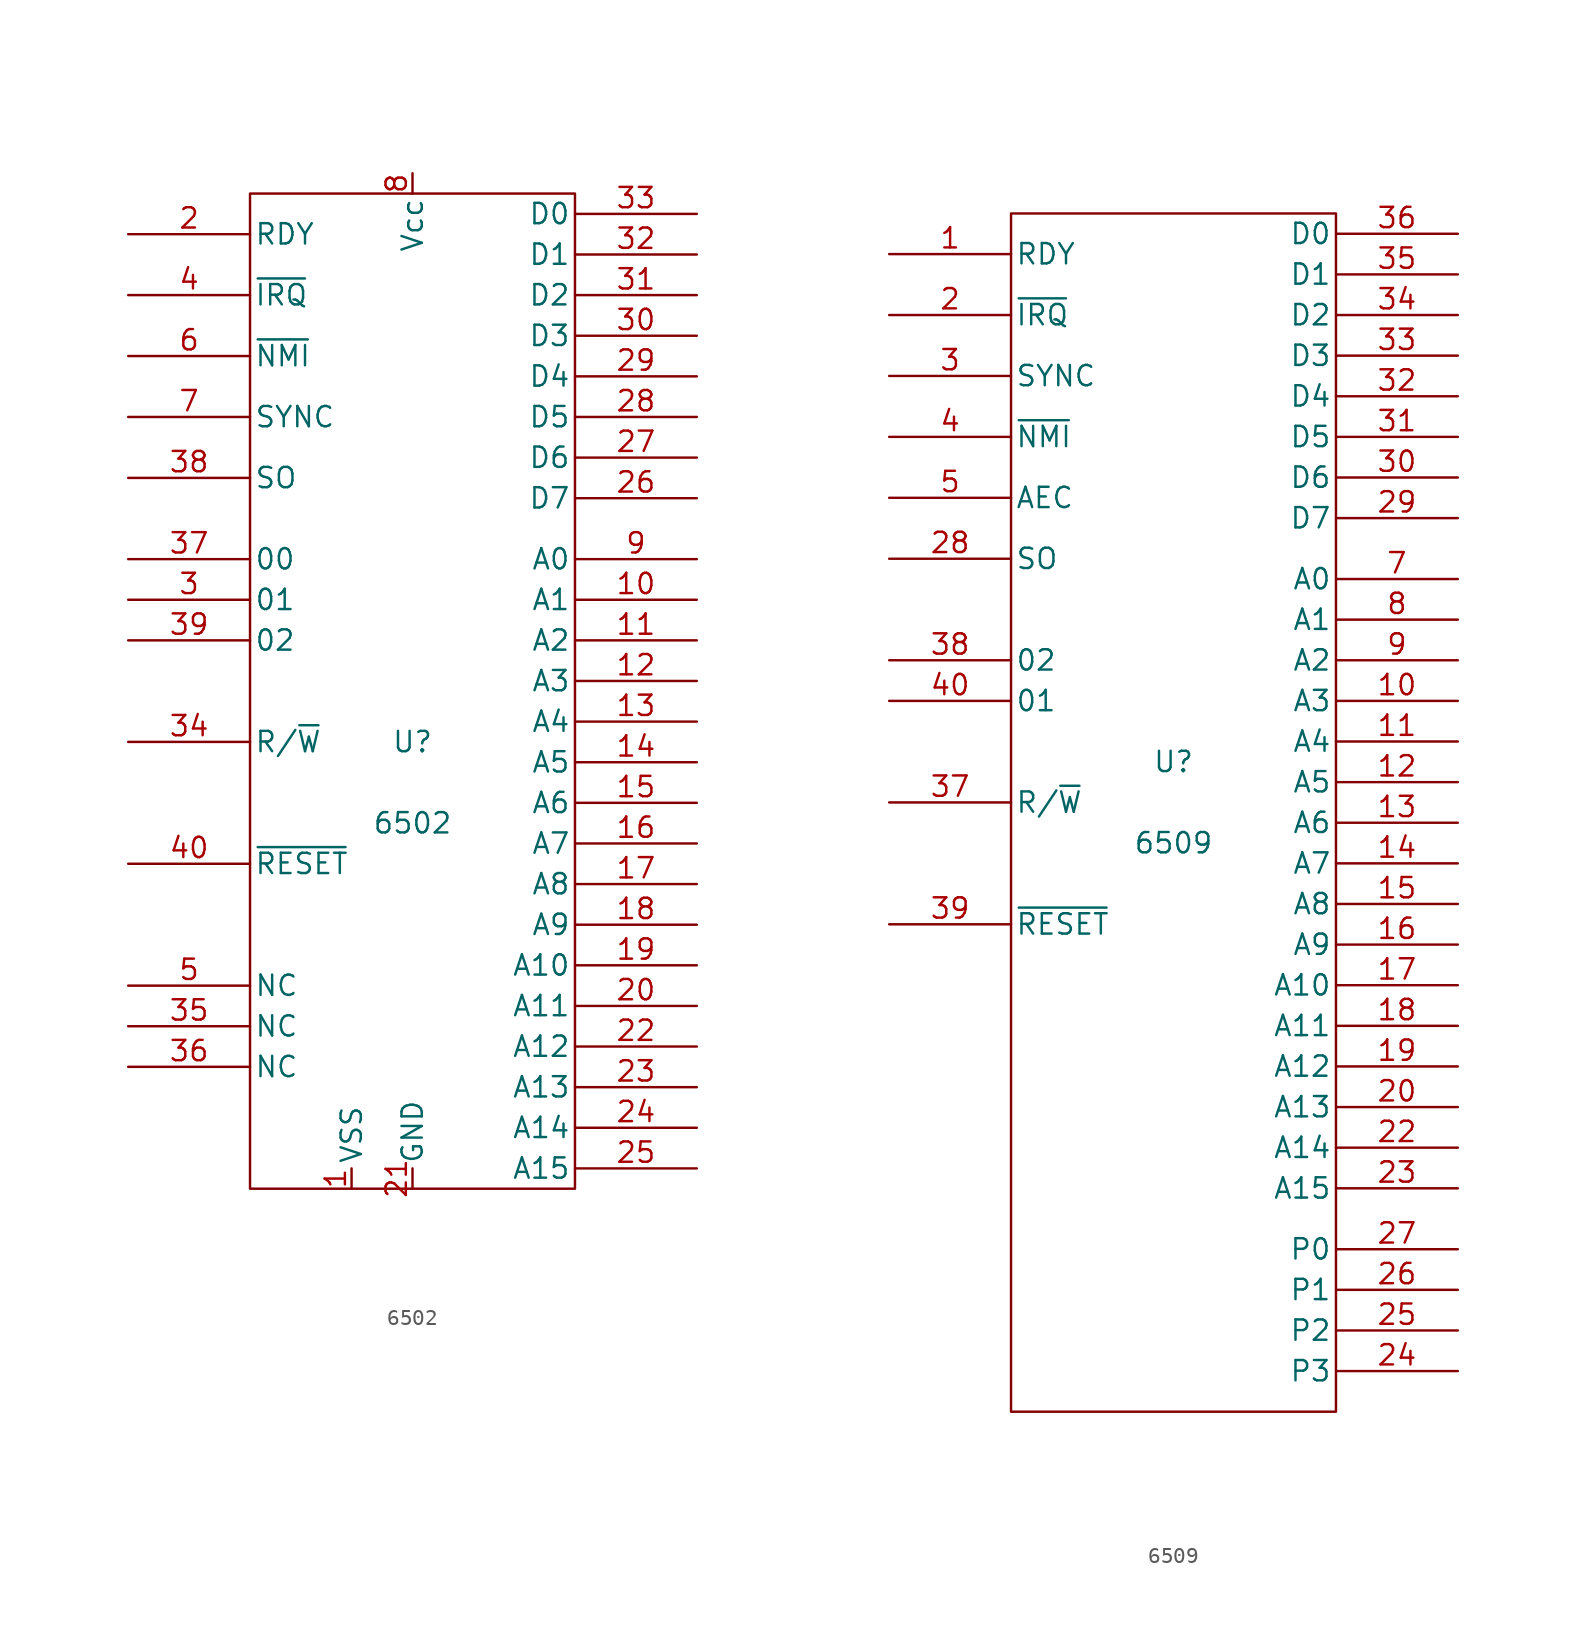
<source format=kicad_sym>
(kicad_symbol_lib
  (version 20231120)
  (generator "kicad_symbol_editor")
  (generator_version "8.0")
  (symbol "6502"
    (pin_names
      (offset 0.254))
    (property "Reference" "U"
      (at 0 -15.24 0)
      (effects (font (size 1.27 1.27))))
    (property "Value" "6502"
      (at 0 -20.32 0)
      (effects (font (size 1.27 1.27))))
    (property "Footprint" ""
      (at 0 0 0)
      (effects (font (size 1.27 1.27))))
    (property "Datasheet" ""
      (at 0 0 0)
      (effects (font (size 1.27 1.27))))
    (symbol "6502_0_0"
      (pin power_in line (at -3.81 -43.18 90) (length 1.27) (name "VSS" (effects (font (size 1.27 1.27)))) (number "1" (effects (font (size 1.27 1.27)))))
      (pin power_in line (at 0 -43.18 90) (length 1.27) (name "GND" (effects (font (size 1.27 1.27)))) (number "21" (effects (font (size 1.27 1.27)))))
      (pin power_in line (at 0 20.32 270) (length 1.27) (name "Vcc" (effects (font (size 1.27 1.27)))) (number "8" (effects (font (size 1.27 1.27))))))
    (symbol "6502_0_1"
      (rectangle (start -10.16 19.05) (end 10.16 -43.18) (stroke (width 0) (type solid)) (fill (type none))))
    (symbol "6502_1_1"
      (pin output line (at 17.78 -6.35 180) (length 7.62) (name "A1" (effects (font (size 1.27 1.27)))) (number "10" (effects (font (size 1.27 1.27)))))
      (pin output line (at 17.78 -8.89 180) (length 7.62) (name "A2" (effects (font (size 1.27 1.27)))) (number "11" (effects (font (size 1.27 1.27)))))
      (pin output line (at 17.78 -11.43 180) (length 7.62) (name "A3" (effects (font (size 1.27 1.27)))) (number "12" (effects (font (size 1.27 1.27)))))
      (pin output line (at 17.78 -13.97 180) (length 7.62) (name "A4" (effects (font (size 1.27 1.27)))) (number "13" (effects (font (size 1.27 1.27)))))
      (pin output line (at 17.78 -16.51 180) (length 7.62) (name "A5" (effects (font (size 1.27 1.27)))) (number "14" (effects (font (size 1.27 1.27)))))
      (pin output line (at 17.78 -19.05 180) (length 7.62) (name "A6" (effects (font (size 1.27 1.27)))) (number "15" (effects (font (size 1.27 1.27)))))
      (pin output line (at 17.78 -21.59 180) (length 7.62) (name "A7" (effects (font (size 1.27 1.27)))) (number "16" (effects (font (size 1.27 1.27)))))
      (pin output line (at 17.78 -24.13 180) (length 7.62) (name "A8" (effects (font (size 1.27 1.27)))) (number "17" (effects (font (size 1.27 1.27)))))
      (pin output line (at 17.78 -26.67 180) (length 7.62) (name "A9" (effects (font (size 1.27 1.27)))) (number "18" (effects (font (size 1.27 1.27)))))
      (pin input line (at 17.78 -29.21 180) (length 7.62) (name "A10" (effects (font (size 1.27 1.27)))) (number "19" (effects (font (size 1.27 1.27)))))
      (pin output line (at -17.78 16.51 0) (length 7.62) (name "RDY" (effects (font (size 1.27 1.27)))) (number "2" (effects (font (size 1.27 1.27)))))
      (pin output line (at 17.78 -31.75 180) (length 7.62) (name "A11" (effects (font (size 1.27 1.27)))) (number "20" (effects (font (size 1.27 1.27)))))
      (pin output line (at 17.78 -34.29 180) (length 7.62) (name "A12" (effects (font (size 1.27 1.27)))) (number "22" (effects (font (size 1.27 1.27)))))
      (pin output line (at 17.78 -36.83 180) (length 7.62) (name "A13" (effects (font (size 1.27 1.27)))) (number "23" (effects (font (size 1.27 1.27)))))
      (pin output line (at 17.78 -39.37 180) (length 7.62) (name "A14" (effects (font (size 1.27 1.27)))) (number "24" (effects (font (size 1.27 1.27)))))
      (pin output line (at 17.78 -41.91 180) (length 7.62) (name "A15" (effects (font (size 1.27 1.27)))) (number "25" (effects (font (size 1.27 1.27)))))
      (pin bidirectional line (at 17.78 0 180) (length 7.62) (name "D7" (effects (font (size 1.27 1.27)))) (number "26" (effects (font (size 1.27 1.27)))))
      (pin bidirectional line (at 17.78 2.54 180) (length 7.62) (name "D6" (effects (font (size 1.27 1.27)))) (number "27" (effects (font (size 1.27 1.27)))))
      (pin bidirectional line (at 17.78 5.08 180) (length 7.62) (name "D5" (effects (font (size 1.27 1.27)))) (number "28" (effects (font (size 1.27 1.27)))))
      (pin bidirectional line (at 17.78 7.62 180) (length 7.62) (name "D4" (effects (font (size 1.27 1.27)))) (number "29" (effects (font (size 1.27 1.27)))))
      (pin output line (at -17.78 -6.35 0) (length 7.62) (name "01" (effects (font (size 1.27 1.27)))) (number "3" (effects (font (size 1.27 1.27)))))
      (pin bidirectional line (at 17.78 10.16 180) (length 7.62) (name "D3" (effects (font (size 1.27 1.27)))) (number "30" (effects (font (size 1.27 1.27)))))
      (pin bidirectional line (at 17.78 12.7 180) (length 7.62) (name "D2" (effects (font (size 1.27 1.27)))) (number "31" (effects (font (size 1.27 1.27)))))
      (pin bidirectional line (at 17.78 15.24 180) (length 7.62) (name "D1" (effects (font (size 1.27 1.27)))) (number "32" (effects (font (size 1.27 1.27)))))
      (pin bidirectional line (at 17.78 17.78 180) (length 7.62) (name "D0" (effects (font (size 1.27 1.27)))) (number "33" (effects (font (size 1.27 1.27)))))
      (pin input line (at -17.78 -15.24 0) (length 7.62) (name "R/~{W}" (effects (font (size 1.27 1.27)))) (number "34" (effects (font (size 1.27 1.27)))))
      (pin passive line (at -17.78 -33.02 0) (length 7.62) (name "NC" (effects (font (size 1.27 1.27)))) (number "35" (effects (font (size 1.27 1.27)))))
      (pin passive line (at -17.78 -35.56 0) (length 7.62) (name "NC" (effects (font (size 1.27 1.27)))) (number "36" (effects (font (size 1.27 1.27)))))
      (pin input line (at -17.78 -3.81 0) (length 7.62) (name "00" (effects (font (size 1.27 1.27)))) (number "37" (effects (font (size 1.27 1.27)))))
      (pin output line (at -17.78 1.27 0) (length 7.62) (name "SO" (effects (font (size 1.27 1.27)))) (number "38" (effects (font (size 1.27 1.27)))))
      (pin output line (at -17.78 -8.89 0) (length 7.62) (name "02" (effects (font (size 1.27 1.27)))) (number "39" (effects (font (size 1.27 1.27)))))
      (pin input line (at -17.78 12.7 0) (length 7.62) (name "~{IRQ}" (effects (font (size 1.27 1.27)))) (number "4" (effects (font (size 1.27 1.27)))))
      (pin input line (at -17.78 -22.86 0) (length 7.62) (name "~{RESET}" (effects (font (size 1.27 1.27)))) (number "40" (effects (font (size 1.27 1.27)))))
      (pin passive line (at -17.78 -30.48 0) (length 7.62) (name "NC" (effects (font (size 1.27 1.27)))) (number "5" (effects (font (size 1.27 1.27)))))
      (pin input line (at -17.78 8.89 0) (length 7.62) (name "~{NMI}" (effects (font (size 1.27 1.27)))) (number "6" (effects (font (size 1.27 1.27)))))
      (pin input line (at -17.78 5.08 0) (length 7.62) (name "SYNC" (effects (font (size 1.27 1.27)))) (number "7" (effects (font (size 1.27 1.27)))))
      (pin output line (at 17.78 -3.81 180) (length 7.62) (name "A0" (effects (font (size 1.27 1.27)))) (number "9" (effects (font (size 1.27 1.27)))))))
  (symbol "6509"
    (pin_names
      (offset 0.254))
    (property "Reference" "U"
      (at 0 2.54 0)
      (effects (font (size 1.27 1.27))))
    (property "Value" "6509"
      (at 0 -2.54 0)
      (effects (font (size 1.27 1.27))))
    (property "Footprint" ""
      (at 0 17.78 0)
      (effects (font (size 1.27 1.27))))
    (property "Datasheet" ""
      (at 0 17.78 0)
      (effects (font (size 1.27 1.27))))
    (symbol "6509_0_0"
      (pin power_in line (at 0 -38.1 90) (length 1.27) hide (name "GND" (effects (font (size 1.27 1.27)))) (number "21" (effects (font (size 1.27 1.27)))))
      (pin power_in line (at 0 38.1 270) (length 1.27) hide (name "Vcc" (effects (font (size 1.27 1.27)))) (number "6" (effects (font (size 1.27 1.27))))))
    (symbol "6509_0_1"
      (rectangle (start -10.16 36.83) (end 10.16 -38.1) (stroke (width 0) (type solid)) (fill (type none))))
    (symbol "6509_1_1"
      (pin output line (at -17.78 34.29 0) (length 7.62) (name "RDY" (effects (font (size 1.27 1.27)))) (number "1" (effects (font (size 1.27 1.27)))))
      (pin output line (at 17.78 6.35 180) (length 7.62) (name "A3" (effects (font (size 1.27 1.27)))) (number "10" (effects (font (size 1.27 1.27)))))
      (pin output line (at 17.78 3.81 180) (length 7.62) (name "A4" (effects (font (size 1.27 1.27)))) (number "11" (effects (font (size 1.27 1.27)))))
      (pin output line (at 17.78 1.27 180) (length 7.62) (name "A5" (effects (font (size 1.27 1.27)))) (number "12" (effects (font (size 1.27 1.27)))))
      (pin output line (at 17.78 -1.27 180) (length 7.62) (name "A6" (effects (font (size 1.27 1.27)))) (number "13" (effects (font (size 1.27 1.27)))))
      (pin output line (at 17.78 -3.81 180) (length 7.62) (name "A7" (effects (font (size 1.27 1.27)))) (number "14" (effects (font (size 1.27 1.27)))))
      (pin output line (at 17.78 -6.35 180) (length 7.62) (name "A8" (effects (font (size 1.27 1.27)))) (number "15" (effects (font (size 1.27 1.27)))))
      (pin output line (at 17.78 -8.89 180) (length 7.62) (name "A9" (effects (font (size 1.27 1.27)))) (number "16" (effects (font (size 1.27 1.27)))))
      (pin input line (at 17.78 -11.43 180) (length 7.62) (name "A10" (effects (font (size 1.27 1.27)))) (number "17" (effects (font (size 1.27 1.27)))))
      (pin output line (at 17.78 -13.97 180) (length 7.62) (name "A11" (effects (font (size 1.27 1.27)))) (number "18" (effects (font (size 1.27 1.27)))))
      (pin output line (at 17.78 -16.51 180) (length 7.62) (name "A12" (effects (font (size 1.27 1.27)))) (number "19" (effects (font (size 1.27 1.27)))))
      (pin input line (at -17.78 30.48 0) (length 7.62) (name "~{IRQ}" (effects (font (size 1.27 1.27)))) (number "2" (effects (font (size 1.27 1.27)))))
      (pin output line (at 17.78 -19.05 180) (length 7.62) (name "A13" (effects (font (size 1.27 1.27)))) (number "20" (effects (font (size 1.27 1.27)))))
      (pin output line (at 17.78 -21.59 180) (length 7.62) (name "A14" (effects (font (size 1.27 1.27)))) (number "22" (effects (font (size 1.27 1.27)))))
      (pin output line (at 17.78 -24.13 180) (length 7.62) (name "A15" (effects (font (size 1.27 1.27)))) (number "23" (effects (font (size 1.27 1.27)))))
      (pin output line (at 17.78 -35.56 180) (length 7.62) (name "P3" (effects (font (size 1.27 1.27)))) (number "24" (effects (font (size 1.27 1.27)))))
      (pin output line (at 17.78 -33.02 180) (length 7.62) (name "P2" (effects (font (size 1.27 1.27)))) (number "25" (effects (font (size 1.27 1.27)))))
      (pin output line (at 17.78 -30.48 180) (length 7.62) (name "P1" (effects (font (size 1.27 1.27)))) (number "26" (effects (font (size 1.27 1.27)))))
      (pin output line (at 17.78 -27.94 180) (length 7.62) (name "P0" (effects (font (size 1.27 1.27)))) (number "27" (effects (font (size 1.27 1.27)))))
      (pin output line (at -17.78 15.24 0) (length 7.62) (name "SO" (effects (font (size 1.27 1.27)))) (number "28" (effects (font (size 1.27 1.27)))))
      (pin bidirectional line (at 17.78 17.78 180) (length 7.62) (name "D7" (effects (font (size 1.27 1.27)))) (number "29" (effects (font (size 1.27 1.27)))))
      (pin input line (at -17.78 26.67 0) (length 7.62) (name "SYNC" (effects (font (size 1.27 1.27)))) (number "3" (effects (font (size 1.27 1.27)))))
      (pin bidirectional line (at 17.78 20.32 180) (length 7.62) (name "D6" (effects (font (size 1.27 1.27)))) (number "30" (effects (font (size 1.27 1.27)))))
      (pin bidirectional line (at 17.78 22.86 180) (length 7.62) (name "D5" (effects (font (size 1.27 1.27)))) (number "31" (effects (font (size 1.27 1.27)))))
      (pin bidirectional line (at 17.78 25.4 180) (length 7.62) (name "D4" (effects (font (size 1.27 1.27)))) (number "32" (effects (font (size 1.27 1.27)))))
      (pin bidirectional line (at 17.78 27.94 180) (length 7.62) (name "D3" (effects (font (size 1.27 1.27)))) (number "33" (effects (font (size 1.27 1.27)))))
      (pin bidirectional line (at 17.78 30.48 180) (length 7.62) (name "D2" (effects (font (size 1.27 1.27)))) (number "34" (effects (font (size 1.27 1.27)))))
      (pin bidirectional line (at 17.78 33.02 180) (length 7.62) (name "D1" (effects (font (size 1.27 1.27)))) (number "35" (effects (font (size 1.27 1.27)))))
      (pin bidirectional line (at 17.78 35.56 180) (length 7.62) (name "D0" (effects (font (size 1.27 1.27)))) (number "36" (effects (font (size 1.27 1.27)))))
      (pin input line (at -17.78 0 0) (length 7.62) (name "R/~{W}" (effects (font (size 1.27 1.27)))) (number "37" (effects (font (size 1.27 1.27)))))
      (pin input line (at -17.78 8.89 0) (length 7.62) (name "02" (effects (font (size 1.27 1.27)))) (number "38" (effects (font (size 1.27 1.27)))))
      (pin input line (at -17.78 -7.62 0) (length 7.62) (name "~{RESET}" (effects (font (size 1.27 1.27)))) (number "39" (effects (font (size 1.27 1.27)))))
      (pin input line (at -17.78 22.86 0) (length 7.62) (name "~{NMI}" (effects (font (size 1.27 1.27)))) (number "4" (effects (font (size 1.27 1.27)))))
      (pin input line (at -17.78 6.35 0) (length 7.62) (name "01" (effects (font (size 1.27 1.27)))) (number "40" (effects (font (size 1.27 1.27)))))
      (pin output line (at -17.78 19.05 0) (length 7.62) (name "AEC" (effects (font (size 1.27 1.27)))) (number "5" (effects (font (size 1.27 1.27)))))
      (pin output line (at 17.78 13.97 180) (length 7.62) (name "A0" (effects (font (size 1.27 1.27)))) (number "7" (effects (font (size 1.27 1.27)))))
      (pin output line (at 17.78 11.43 180) (length 7.62) (name "A1" (effects (font (size 1.27 1.27)))) (number "8" (effects (font (size 1.27 1.27)))))
      (pin output line (at 17.78 8.89 180) (length 7.62) (name "A2" (effects (font (size 1.27 1.27)))) (number "9" (effects (font (size 1.27 1.27))))))))
</source>
